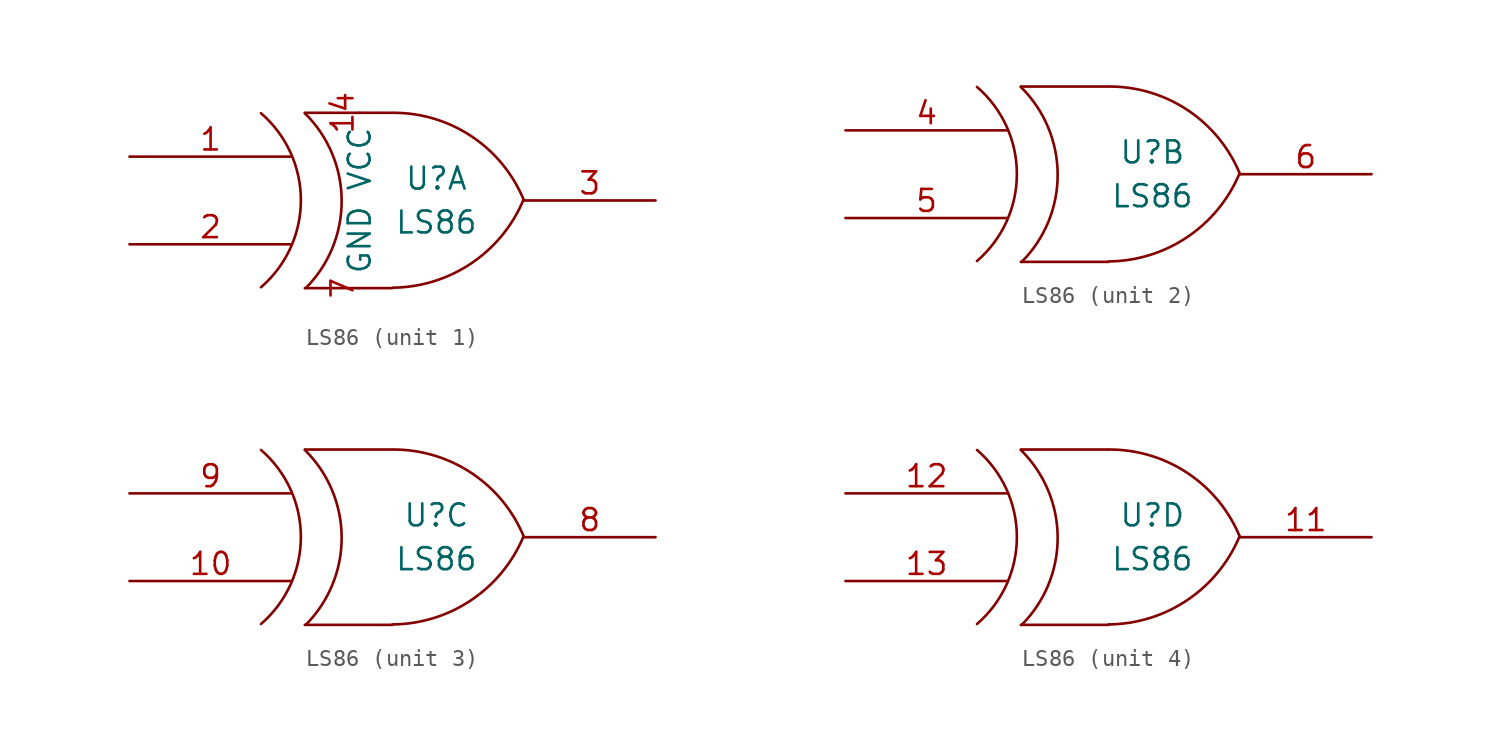
<source format=kicad_sym>
(kicad_symbol_lib
  (version 20211014)
  (generator kicad_symbol_editor)
  (symbol "LS86"
    (pin_names
      (offset 0.762))
    (property "Reference" "U"
      (at 2.54 1.27 0)
      (effects (font (size 1.27 1.27))))
    (property "Value" "LS86"
      (at 2.54 -1.27 0)
      (effects (font (size 1.27 1.27))))
    (symbol "LS86_0_1"
      (arc (start -7.62 -5.0292) (mid -5.3094 0.0082) (end -7.62 5.0546) (stroke (width 0) (type default) (color 0 0 0 0)) (fill (type none)))
      (arc (start -5.0292 -5.08) (mid -2.9462 -0.006) (end -5.08 5.0546) (stroke (width 0) (type default) (color 0 0 0 0)) (fill (type none)))
      (arc (start 0 -5.0546) (mid 4.5632 -3.6449) (end 7.5946 0.0508) (stroke (width 0) (type default) (color 0 0 0 0)) (fill (type none)))
      (polyline (pts (xy -5.08 -5.08) (xy 0 -5.08)) (stroke (width 0) (type default) (color 0 0 0 0)) (fill (type none)))
      (polyline (pts (xy -5.08 5.08) (xy 0 5.08)) (stroke (width 0) (type default) (color 0 0 0 0)) (fill (type none)))
      (arc (start 7.62 0) (mid 4.6132 3.6946) (end 0.0508 5.08) (stroke (width 0) (type default) (color 0 0 0 0)) (fill (type none))))
    (symbol "LS86_1_1"
      (pin input line (at -15.24 2.54 0) (length 9.398) (name "~" (effects (font (size 1.27 1.27)))) (number "1" (effects (font (size 1.27 1.27)))))
      (pin input line (at -1.905 5.08 270) (length 0) (name "VCC" (effects (font (size 1.27 1.27)))) (number "14" (effects (font (size 1.27 1.27)))))
      (pin input line (at -15.24 -2.54 0) (length 9.398) (name "~" (effects (font (size 1.27 1.27)))) (number "2" (effects (font (size 1.27 1.27)))))
      (pin output line (at 15.24 0 180) (length 7.62) (name "~" (effects (font (size 1.27 1.27)))) (number "3" (effects (font (size 1.27 1.27)))))
      (pin power_in line (at -1.905 -5.08 90) (length 0) (name "GND" (effects (font (size 1.27 1.27)))) (number "7" (effects (font (size 1.27 1.27))))))
    (symbol "LS86_2_1"
      (pin input line (at -15.24 2.54 0) (length 9.398) (name "~" (effects (font (size 1.27 1.27)))) (number "4" (effects (font (size 1.27 1.27)))))
      (pin input line (at -15.24 -2.54 0) (length 9.398) (name "~" (effects (font (size 1.27 1.27)))) (number "5" (effects (font (size 1.27 1.27)))))
      (pin output line (at 15.24 0 180) (length 7.62) (name "~" (effects (font (size 1.27 1.27)))) (number "6" (effects (font (size 1.27 1.27))))))
    (symbol "LS86_3_1"
      (pin input line (at -15.24 -2.54 0) (length 9.398) (name "~" (effects (font (size 1.27 1.27)))) (number "10" (effects (font (size 1.27 1.27)))))
      (pin output line (at 15.24 0 180) (length 7.62) (name "~" (effects (font (size 1.27 1.27)))) (number "8" (effects (font (size 1.27 1.27)))))
      (pin input line (at -15.24 2.54 0) (length 9.398) (name "~" (effects (font (size 1.27 1.27)))) (number "9" (effects (font (size 1.27 1.27))))))
    (symbol "LS86_4_1"
      (pin output line (at 15.24 0 180) (length 7.62) (name "~" (effects (font (size 1.27 1.27)))) (number "11" (effects (font (size 1.27 1.27)))))
      (pin input line (at -15.24 2.54 0) (length 9.398) (name "~" (effects (font (size 1.27 1.27)))) (number "12" (effects (font (size 1.27 1.27)))))
      (pin input line (at -15.24 -2.54 0) (length 9.398) (name "~" (effects (font (size 1.27 1.27)))) (number "13" (effects (font (size 1.27 1.27))))))))
</source>
